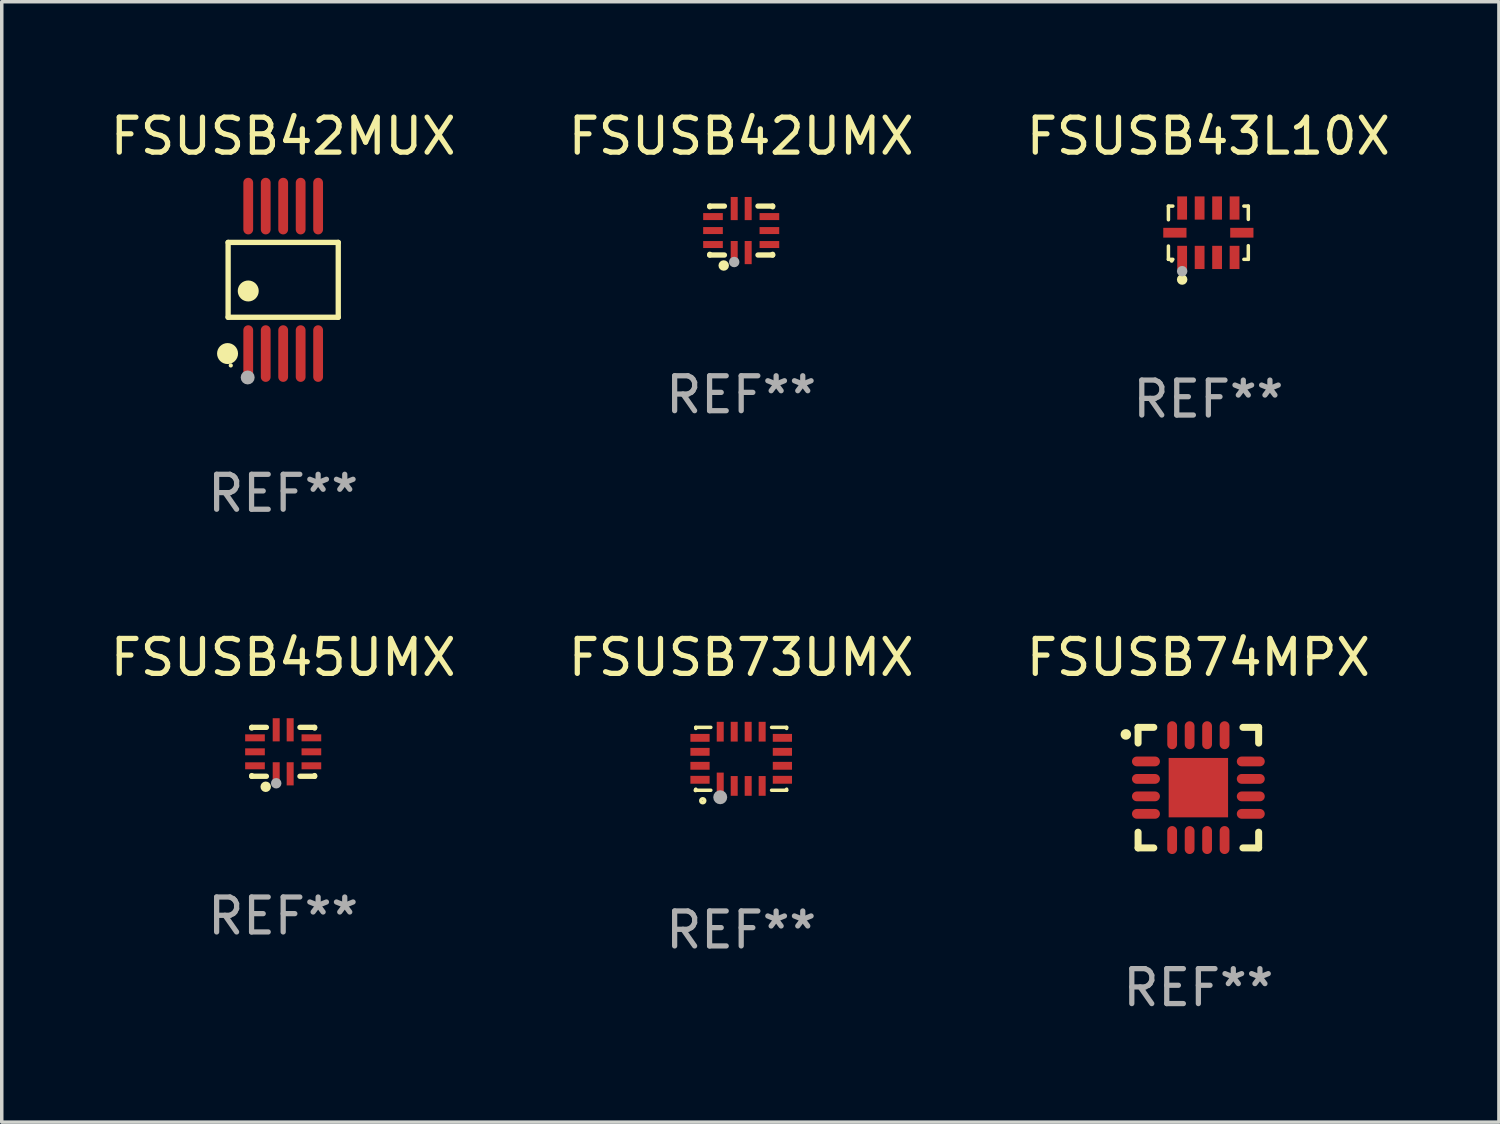
<source format=kicad_pcb>
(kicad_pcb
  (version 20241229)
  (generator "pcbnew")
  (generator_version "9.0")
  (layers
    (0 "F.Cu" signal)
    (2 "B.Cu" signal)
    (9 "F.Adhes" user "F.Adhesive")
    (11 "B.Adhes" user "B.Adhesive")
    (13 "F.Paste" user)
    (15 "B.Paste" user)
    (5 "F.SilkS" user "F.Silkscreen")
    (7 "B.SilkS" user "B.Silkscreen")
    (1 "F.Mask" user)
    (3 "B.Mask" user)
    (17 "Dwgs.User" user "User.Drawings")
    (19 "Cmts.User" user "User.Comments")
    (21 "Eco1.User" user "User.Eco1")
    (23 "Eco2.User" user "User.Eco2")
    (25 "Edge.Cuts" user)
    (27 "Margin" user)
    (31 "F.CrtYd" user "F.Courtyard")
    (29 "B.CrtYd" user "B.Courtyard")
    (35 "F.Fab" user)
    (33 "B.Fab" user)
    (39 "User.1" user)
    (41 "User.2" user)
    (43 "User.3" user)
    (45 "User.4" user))
  (footprint "FSUSB42MUX"
    (layer "F.Cu")
    (at 5.054 4.958)
    (property "Reference" "FSUSB42MUX" (at 0 -4.11 0) (layer "F.SilkS") (effects (font (size 1 1) (thickness 0.15))))
    (attr through_hole)
    (fp_line (start -1.576 -1.071) (end 1.576 -1.071) (stroke (width 0.152) (type solid)) (layer "F.SilkS"))
    (fp_line (start -1.576 1.071) (end -1.576 -1.071) (stroke (width 0.152) (type solid)) (layer "F.SilkS"))
    (fp_line (start 1.576 -1.071) (end 1.576 1.071) (stroke (width 0.152) (type solid)) (layer "F.SilkS"))
    (fp_line (start 1.576 1.071) (end -1.576 1.071) (stroke (width 0.152) (type solid)) (layer "F.SilkS"))
    (fp_circle (center -1.592 2.11) (end -1.442 2.11) (stroke (width 0.3) (type solid)) (fill no) (layer "F.SilkS"))
    (fp_circle (center -1.5 2.45) (end -1.47 2.45) (stroke (width 0.06) (type solid)) (fill no) (layer "F.SilkS"))
    (fp_circle (center -1 0.319) (end -0.85 0.319) (stroke (width 0.3) (type solid)) (fill no) (layer "F.SilkS"))
    (fp_circle (center -1.016 2.794) (end -0.916 2.794) (stroke (width 0.2) (type solid)) (fill no) (layer "F.Fab"))
    (fp_text user "REF**" (at 0 6.11 0) (layer "F.Fab") (effects (font (size 1 1) (thickness 0.15))))
    (pad "1" smd oval (at -1 2.11) (size 0.28 1.62) (layers "F.Cu" "F.Mask" "F.Paste"))
    (pad "2" smd oval (at -0.5 2.11) (size 0.28 1.62) (layers "F.Cu" "F.Mask" "F.Paste"))
    (pad "3" smd oval (at 0 2.11) (size 0.28 1.62) (layers "F.Cu" "F.Mask" "F.Paste"))
    (pad "4" smd oval (at 0.5 2.11) (size 0.28 1.62) (layers "F.Cu" "F.Mask" "F.Paste"))
    (pad "5" smd oval (at 1 2.11) (size 0.28 1.62) (layers "F.Cu" "F.Mask" "F.Paste"))
    (pad "6" smd oval (at 1 -2.11) (size 0.28 1.62) (layers "F.Cu" "F.Mask" "F.Paste"))
    (pad "7" smd oval (at 0.5 -2.11) (size 0.28 1.62) (layers "F.Cu" "F.Mask" "F.Paste"))
    (pad "8" smd oval (at 0 -2.11) (size 0.28 1.62) (layers "F.Cu" "F.Mask" "F.Paste"))
    (pad "9" smd oval (at -0.5 -2.11) (size 0.28 1.62) (layers "F.Cu" "F.Mask" "F.Paste"))
    (pad "10" smd oval (at -1 -2.11) (size 0.28 1.62) (layers "F.Cu" "F.Mask" "F.Paste")))
  (footprint "FSUSB74MPX"
    (layer "F.Cu")
    (at 31.244 19.49)
    (property "Reference" "FSUSB74MPX" (at 0 -3.725 0) (layer "F.SilkS") (effects (font (size 1 1) (thickness 0.15))))
    (attr through_hole)
    (fp_line (start -1.725 -1.725) (end -1.275 -1.725) (stroke (width 0.2) (type solid)) (layer "F.SilkS"))
    (fp_line (start -1.725 -1.275) (end -1.725 -1.725) (stroke (width 0.2) (type solid)) (layer "F.SilkS"))
    (fp_line (start -1.725 1.725) (end -1.725 1.275) (stroke (width 0.2) (type solid)) (layer "F.SilkS"))
    (fp_line (start -1.275 1.725) (end -1.725 1.725) (stroke (width 0.2) (type solid)) (layer "F.SilkS"))
    (fp_line (start 1.275 -1.725) (end 1.725 -1.725) (stroke (width 0.2) (type solid)) (layer "F.SilkS"))
    (fp_line (start 1.275 1.725) (end 1.725 1.725) (stroke (width 0.2) (type solid)) (layer "F.SilkS"))
    (fp_line (start 1.725 -1.725) (end 1.725 -1.275) (stroke (width 0.2) (type solid)) (layer "F.SilkS"))
    (fp_line (start 1.725 1.725) (end 1.725 1.275) (stroke (width 0.2) (type solid)) (layer "F.SilkS"))
    (fp_arc (start -2.075184 -1.521463) (mid -2.075189 -1.522733) (end -2.075184 -1.524003) (stroke (width 0.3) (type solid)) (layer "F.SilkS"))
    (fp_text user "REF**" (at 0 5.725 0) (layer "F.Fab") (effects (font (size 1 1) (thickness 0.15))))
    (pad "1" smd oval (at -1.5 -0.75) (size 0.8 0.28) (layers "F.Cu" "F.Mask" "F.Paste"))
    (pad "2" smd oval (at -1.5 -0.25) (size 0.8 0.28) (layers "F.Cu" "F.Mask" "F.Paste"))
    (pad "3" smd oval (at -1.5 0.25) (size 0.8 0.28) (layers "F.Cu" "F.Mask" "F.Paste"))
    (pad "4" smd oval (at -1.5 0.75) (size 0.8 0.28) (layers "F.Cu" "F.Mask" "F.Paste"))
    (pad "5" smd oval (at -0.75 1.5) (size 0.28 0.8) (layers "F.Cu" "F.Mask" "F.Paste"))
    (pad "6" smd oval (at -0.25 1.5) (size 0.28 0.8) (layers "F.Cu" "F.Mask" "F.Paste"))
    (pad "7" smd oval (at 0.25 1.5) (size 0.28 0.8) (layers "F.Cu" "F.Mask" "F.Paste"))
    (pad "8" smd oval (at 0.75 1.5) (size 0.28 0.8) (layers "F.Cu" "F.Mask" "F.Paste"))
    (pad "9" smd oval (at 1.5 0.75) (size 0.8 0.28) (layers "F.Cu" "F.Mask" "F.Paste"))
    (pad "10" smd oval (at 1.5 0.25) (size 0.8 0.28) (layers "F.Cu" "F.Mask" "F.Paste"))
    (pad "11" smd oval (at 1.5 -0.25) (size 0.8 0.28) (layers "F.Cu" "F.Mask" "F.Paste"))
    (pad "12" smd oval (at 1.5 -0.75) (size 0.8 0.28) (layers "F.Cu" "F.Mask" "F.Paste"))
    (pad "13" smd oval (at 0.75 -1.5) (size 0.28 0.8) (layers "F.Cu" "F.Mask" "F.Paste"))
    (pad "14" smd oval (at 0.25 -1.5) (size 0.28 0.8) (layers "F.Cu" "F.Mask" "F.Paste"))
    (pad "15" smd oval (at -0.25 -1.5) (size 0.28 0.8) (layers "F.Cu" "F.Mask" "F.Paste"))
    (pad "16" smd oval (at -0.75 -1.5) (size 0.28 0.8) (layers "F.Cu" "F.Mask" "F.Paste"))
    (pad "17" smd rect (at 0.000076 0.000076) (size 1.7 1.7) (layers "F.Cu" "F.Mask" "F.Paste")))
  (footprint "FSUSB42UMX"
    (layer "F.Cu")
    (at 18.161 3.548)
    (property "Reference" "FSUSB42UMX" (at 0 -2.7 0) (layer "F.SilkS") (effects (font (size 1 1) (thickness 0.15))))
    (attr through_hole)
    (fp_line (start -0.9 -0.7) (end -0.9 -0.68) (stroke (width 0.152) (type solid)) (layer "F.SilkS"))
    (fp_line (start -0.9 0.68) (end -0.9 0.7) (stroke (width 0.152) (type solid)) (layer "F.SilkS"))
    (fp_line (start -0.9 0.7) (end -0.48 0.7) (stroke (width 0.152) (type solid)) (layer "F.SilkS"))
    (fp_line (start -0.48 -0.7) (end -0.9 -0.7) (stroke (width 0.152) (type solid)) (layer "F.SilkS"))
    (fp_line (start 0.48 0.7) (end 0.9 0.7) (stroke (width 0.152) (type solid)) (layer "F.SilkS"))
    (fp_line (start 0.9 -0.7) (end 0.48 -0.7) (stroke (width 0.152) (type solid)) (layer "F.SilkS"))
    (fp_line (start 0.9 -0.68) (end 0.9 -0.7) (stroke (width 0.152) (type solid)) (layer "F.SilkS"))
    (fp_line (start 0.9 0.7) (end 0.9 0.68) (stroke (width 0.152) (type solid)) (layer "F.SilkS"))
    (fp_circle (center -0.9 0.7) (end -0.87 0.7) (stroke (width 0.06) (type solid)) (fill no) (layer "F.SilkS"))
    (fp_circle (center -0.5 1) (end -0.425 1) (stroke (width 0.15) (type solid)) (fill no) (layer "F.SilkS"))
    (fp_circle (center -0.2 0.9) (end -0.125 0.9) (stroke (width 0.15) (type solid)) (fill no) (layer "F.Fab"))
    (fp_text user "REF**" (at 0 4.7 0) (layer "F.Fab") (effects (font (size 1 1) (thickness 0.15))))
    (pad "1" smd rect (at -0.2 0.63) (size 0.2 0.663) (layers "F.Cu" "F.Mask" "F.Paste"))
    (pad "2" smd rect (at 0.2 0.63) (size 0.2 0.663) (layers "F.Cu" "F.Mask" "F.Paste"))
    (pad "3" smd rect (at 0.807 0.4) (size 0.563 0.2) (layers "F.Cu" "F.Mask" "F.Paste"))
    (pad "4" smd rect (at 0.807 0) (size 0.563 0.2) (layers "F.Cu" "F.Mask" "F.Paste"))
    (pad "5" smd rect (at 0.807 -0.4) (size 0.563 0.2) (layers "F.Cu" "F.Mask" "F.Paste"))
    (pad "6" smd rect (at 0.2 -0.63) (size 0.2 0.663) (layers "F.Cu" "F.Mask" "F.Paste"))
    (pad "7" smd rect (at -0.2 -0.63) (size 0.2 0.663) (layers "F.Cu" "F.Mask" "F.Paste"))
    (pad "8" smd rect (at -0.807 -0.4) (size 0.563 0.2) (layers "F.Cu" "F.Mask" "F.Paste"))
    (pad "9" smd rect (at -0.807 0) (size 0.563 0.2) (layers "F.Cu" "F.Mask" "F.Paste"))
    (pad "10" smd rect (at -0.807 0.4) (size 0.563 0.2) (layers "F.Cu" "F.Mask" "F.Paste")))
  (footprint "FSUSB73UMX"
    (layer "F.Cu")
    (at 18.161 18.665)
    (property "Reference" "FSUSB73UMX" (at 0 -2.9 0) (layer "F.SilkS") (effects (font (size 1 1) (thickness 0.15))))
    (attr through_hole)
    (fp_line (start -1.3 -0.9) (end -0.869 -0.9) (stroke (width 0.1) (type solid)) (layer "F.SilkS"))
    (fp_line (start -1.3 -0.869) (end -1.3 -0.9) (stroke (width 0.1) (type solid)) (layer "F.SilkS"))
    (fp_line (start -1.3 0.9) (end -1.3 0.869) (stroke (width 0.1) (type solid)) (layer "F.SilkS"))
    (fp_line (start -1.3 0.9) (end -0.869 0.9) (stroke (width 0.1) (type solid)) (layer "F.SilkS"))
    (fp_line (start 0.869 -0.9) (end 1.3 -0.9) (stroke (width 0.1) (type solid)) (layer "F.SilkS"))
    (fp_line (start 0.869 0.9) (end 1.3 0.9) (stroke (width 0.1) (type solid)) (layer "F.SilkS"))
    (fp_line (start 1.3 -0.9) (end 1.3 -0.869) (stroke (width 0.1) (type solid)) (layer "F.SilkS"))
    (fp_line (start 1.3 0.869) (end 1.3 0.9) (stroke (width 0.1) (type solid)) (layer "F.SilkS"))
    (fp_circle (center -1.305 0.9) (end -1.275 0.9) (stroke (width 0.06) (type solid)) (fill no) (layer "F.SilkS"))
    (fp_circle (center -1.1 1.2) (end -1.043 1.2) (stroke (width 0.1) (type solid)) (fill no) (layer "F.SilkS"))
    (fp_circle (center -0.6 1.1) (end -0.5 1.1) (stroke (width 0.2) (type solid)) (fill no) (layer "F.Fab"))
    (fp_text user "REF**" (at 0 4.9 0) (layer "F.Fab") (effects (font (size 1 1) (thickness 0.15))))
    (pad "1" smd rect (at -0.6 0.726 90) (size 0.663 0.2) (layers "F.Cu" "F.Mask" "F.Paste"))
    (pad "2" smd rect (at -0.2 0.776) (size 0.2 0.565) (layers "F.Cu" "F.Mask" "F.Paste"))
    (pad "3" smd rect (at 0.2 0.776) (size 0.2 0.565) (layers "F.Cu" "F.Mask" "F.Paste"))
    (pad "4" smd rect (at 0.6 0.776) (size 0.2 0.565) (layers "F.Cu" "F.Mask" "F.Paste"))
    (pad "5" smd rect (at 1.179 0.6) (size 0.55 0.225) (layers "F.Cu" "F.Mask" "F.Paste"))
    (pad "6" smd rect (at 1.179 0.2) (size 0.55 0.225) (layers "F.Cu" "F.Mask" "F.Paste"))
    (pad "7" smd rect (at 1.179 -0.2) (size 0.55 0.225) (layers "F.Cu" "F.Mask" "F.Paste"))
    (pad "8" smd rect (at 1.179 -0.6) (size 0.55 0.225) (layers "F.Cu" "F.Mask" "F.Paste"))
    (pad "9" smd rect (at 0.6 -0.776) (size 0.2 0.565) (layers "F.Cu" "F.Mask" "F.Paste"))
    (pad "10" smd rect (at 0.2 -0.776) (size 0.2 0.565) (layers "F.Cu" "F.Mask" "F.Paste"))
    (pad "11" smd rect (at -0.2 -0.776) (size 0.2 0.565) (layers "F.Cu" "F.Mask" "F.Paste"))
    (pad "12" smd rect (at -0.6 -0.776) (size 0.2 0.565) (layers "F.Cu" "F.Mask" "F.Paste"))
    (pad "13" smd rect (at -1.179 -0.6) (size 0.55 0.225) (layers "F.Cu" "F.Mask" "F.Paste"))
    (pad "14" smd rect (at -1.179 -0.2) (size 0.55 0.225) (layers "F.Cu" "F.Mask" "F.Paste"))
    (pad "15" smd rect (at -1.179 0.2) (size 0.55 0.225) (layers "F.Cu" "F.Mask" "F.Paste"))
    (pad "16" smd rect (at -1.179 0.6) (size 0.55 0.225) (layers "F.Cu" "F.Mask" "F.Paste")))
  (footprint "FSUSB43L10X"
    (layer "F.Cu")
    (at 31.53 3.61)
    (property "Reference" "FSUSB43L10X" (at 0 -2.762 0) (layer "F.SilkS") (effects (font (size 1 1) (thickness 0.15))))
    (attr through_hole)
    (fp_line (start -1.143 -0.762) (end -1.143 -0.371) (stroke (width 0.1) (type solid)) (layer "F.SilkS"))
    (fp_line (start -1.143 -0.762) (end -1.016 -0.762) (stroke (width 0.1) (type solid)) (layer "F.SilkS"))
    (fp_line (start -1.143 0.762) (end -1.143 0.381) (stroke (width 0.1) (type solid)) (layer "F.SilkS"))
    (fp_line (start -1.143 0.762) (end -1.016 0.762) (stroke (width 0.1) (type solid)) (layer "F.SilkS"))
    (fp_line (start 1.143 -0.762) (end 1.016 -0.762) (stroke (width 0.1) (type solid)) (layer "F.SilkS"))
    (fp_line (start 1.143 -0.762) (end 1.143 -0.381) (stroke (width 0.1) (type solid)) (layer "F.SilkS"))
    (fp_line (start 1.143 0.762) (end 1.016 0.762) (stroke (width 0.1) (type solid)) (layer "F.SilkS"))
    (fp_line (start 1.143 0.762) (end 1.143 0.371) (stroke (width 0.1) (type solid)) (layer "F.SilkS"))
    (fp_circle (center -1.05 0.8) (end -1.02 0.8) (stroke (width 0.06) (type solid)) (fill no) (layer "F.SilkS"))
    (fp_circle (center -0.75 1.34) (end -0.675 1.34) (stroke (width 0.15) (type solid)) (fill no) (layer "F.SilkS"))
    (fp_circle (center -0.75 1.1) (end -0.675 1.1) (stroke (width 0.15) (type solid)) (fill no) (layer "F.Fab"))
    (fp_text user "REF**" (at 0 4.762 0) (layer "F.Fab") (effects (font (size 1 1) (thickness 0.15))))
    (pad "1" smd rect (at -0.75 0.707) (size 0.28 0.665) (layers "F.Cu" "F.Mask" "F.Paste"))
    (pad "2" smd rect (at -0.25 0.707) (size 0.28 0.665) (layers "F.Cu" "F.Mask" "F.Paste"))
    (pad "3" smd rect (at 0.25 0.707) (size 0.28 0.665) (layers "F.Cu" "F.Mask" "F.Paste"))
    (pad "4" smd rect (at 0.75 0.707) (size 0.28 0.665) (layers "F.Cu" "F.Mask" "F.Paste"))
    (pad "5" smd rect (at 0.958 -0.000013) (size 0.665 0.28) (layers "F.Cu" "F.Mask" "F.Paste"))
    (pad "6" smd rect (at 0.75 -0.707) (size 0.28 0.665) (layers "F.Cu" "F.Mask" "F.Paste"))
    (pad "7" smd rect (at 0.25 -0.707) (size 0.28 0.665) (layers "F.Cu" "F.Mask" "F.Paste"))
    (pad "8" smd rect (at -0.25 -0.707) (size 0.28 0.665) (layers "F.Cu" "F.Mask" "F.Paste"))
    (pad "9" smd rect (at -0.75 -0.707) (size 0.28 0.665) (layers "F.Cu" "F.Mask" "F.Paste"))
    (pad "10" smd rect (at -0.958 -0.000013) (size 0.665 0.28) (layers "F.Cu" "F.Mask" "F.Paste")))
  (footprint "FSUSB45UMX"
    (layer "F.Cu")
    (at 5.054 18.465)
    (property "Reference" "FSUSB45UMX" (at 0 -2.7 0) (layer "F.SilkS") (effects (font (size 1 1) (thickness 0.15))))
    (attr through_hole)
    (fp_line (start -0.9 -0.7) (end -0.9 -0.68) (stroke (width 0.152) (type solid)) (layer "F.SilkS"))
    (fp_line (start -0.9 0.68) (end -0.9 0.7) (stroke (width 0.152) (type solid)) (layer "F.SilkS"))
    (fp_line (start -0.9 0.7) (end -0.48 0.7) (stroke (width 0.152) (type solid)) (layer "F.SilkS"))
    (fp_line (start -0.48 -0.7) (end -0.9 -0.7) (stroke (width 0.152) (type solid)) (layer "F.SilkS"))
    (fp_line (start 0.48 0.7) (end 0.9 0.7) (stroke (width 0.152) (type solid)) (layer "F.SilkS"))
    (fp_line (start 0.9 -0.7) (end 0.48 -0.7) (stroke (width 0.152) (type solid)) (layer "F.SilkS"))
    (fp_line (start 0.9 -0.68) (end 0.9 -0.7) (stroke (width 0.152) (type solid)) (layer "F.SilkS"))
    (fp_line (start 0.9 0.7) (end 0.9 0.68) (stroke (width 0.152) (type solid)) (layer "F.SilkS"))
    (fp_circle (center -0.9 0.7) (end -0.87 0.7) (stroke (width 0.06) (type solid)) (fill no) (layer "F.SilkS"))
    (fp_circle (center -0.5 1) (end -0.425 1) (stroke (width 0.15) (type solid)) (fill no) (layer "F.SilkS"))
    (fp_circle (center -0.2 0.9) (end -0.125 0.9) (stroke (width 0.15) (type solid)) (fill no) (layer "F.Fab"))
    (fp_text user "REF**" (at 0 4.7 0) (layer "F.Fab") (effects (font (size 1 1) (thickness 0.15))))
    (pad "1" smd rect (at -0.2 0.63) (size 0.2 0.663) (layers "F.Cu" "F.Mask" "F.Paste"))
    (pad "2" smd rect (at 0.2 0.63) (size 0.2 0.663) (layers "F.Cu" "F.Mask" "F.Paste"))
    (pad "3" smd rect (at 0.807 0.4) (size 0.563 0.2) (layers "F.Cu" "F.Mask" "F.Paste"))
    (pad "4" smd rect (at 0.807 0) (size 0.563 0.2) (layers "F.Cu" "F.Mask" "F.Paste"))
    (pad "5" smd rect (at 0.807 -0.4) (size 0.563 0.2) (layers "F.Cu" "F.Mask" "F.Paste"))
    (pad "6" smd rect (at 0.2 -0.63) (size 0.2 0.663) (layers "F.Cu" "F.Mask" "F.Paste"))
    (pad "7" smd rect (at -0.2 -0.63) (size 0.2 0.663) (layers "F.Cu" "F.Mask" "F.Paste"))
    (pad "8" smd rect (at -0.807 -0.4) (size 0.563 0.2) (layers "F.Cu" "F.Mask" "F.Paste"))
    (pad "9" smd rect (at -0.807 0) (size 0.563 0.2) (layers "F.Cu" "F.Mask" "F.Paste"))
    (pad "10" smd rect (at -0.807 0.4) (size 0.563 0.2) (layers "F.Cu" "F.Mask" "F.Paste")))
  (gr_rect
    (start -3 -3)
    (end 39.845 29.063)
    (stroke (width 0.1) (type default))
    (fill no)
    (layer "Edge.Cuts")))
</source>
